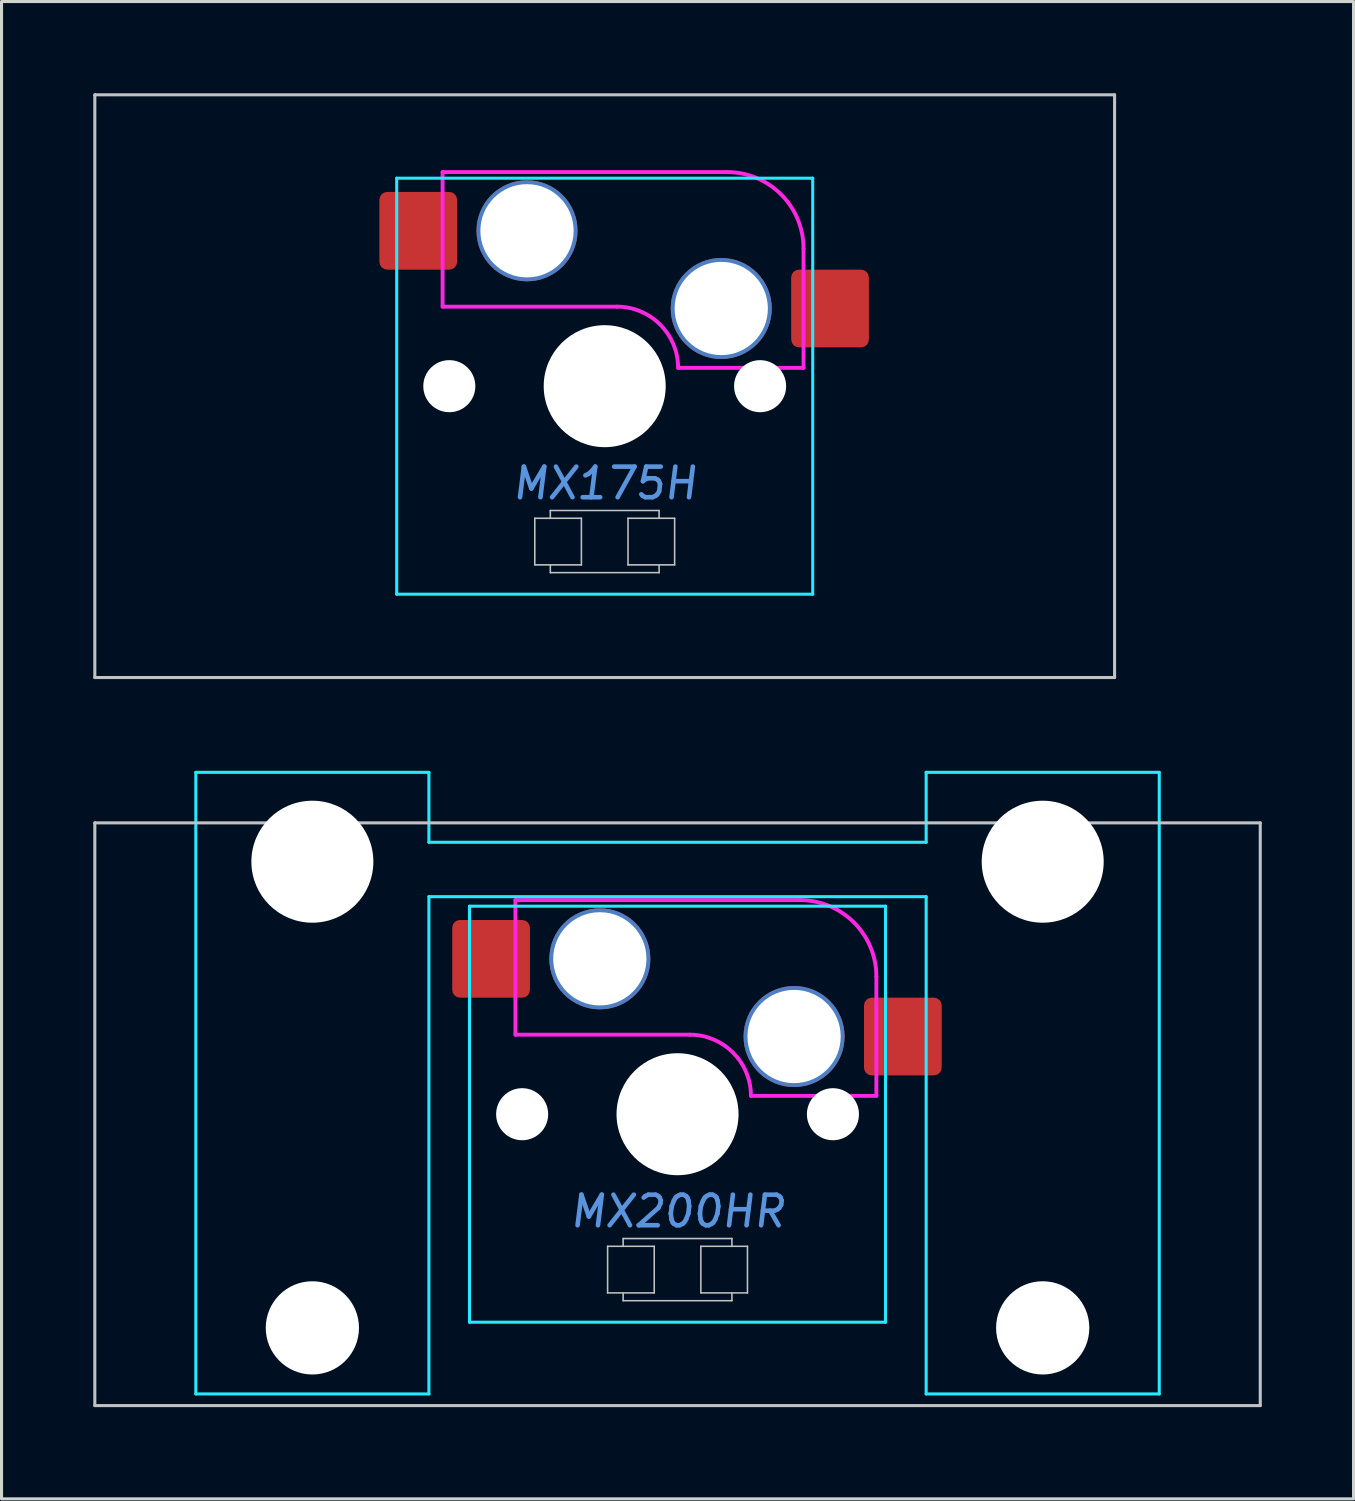
<source format=kicad_pcb>
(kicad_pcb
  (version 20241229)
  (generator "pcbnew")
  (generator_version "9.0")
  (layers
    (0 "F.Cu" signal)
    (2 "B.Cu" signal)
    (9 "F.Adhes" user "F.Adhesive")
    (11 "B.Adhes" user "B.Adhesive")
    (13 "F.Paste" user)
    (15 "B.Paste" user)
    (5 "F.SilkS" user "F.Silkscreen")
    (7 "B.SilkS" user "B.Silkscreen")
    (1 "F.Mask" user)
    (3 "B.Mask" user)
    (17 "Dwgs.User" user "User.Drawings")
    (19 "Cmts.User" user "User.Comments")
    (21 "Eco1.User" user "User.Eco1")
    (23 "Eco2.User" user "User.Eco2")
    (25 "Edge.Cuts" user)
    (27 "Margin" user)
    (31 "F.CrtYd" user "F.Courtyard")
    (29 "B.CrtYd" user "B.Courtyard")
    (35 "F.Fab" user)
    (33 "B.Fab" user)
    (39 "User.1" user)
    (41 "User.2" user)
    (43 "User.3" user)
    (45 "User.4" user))
  (footprint "MX175H"
    (layer "F.Cu")
    (at 16.719 9.575)
    (property "Reference" "MX175H" (at 0 3.175 0) (layer "Cmts.User") (effects (font (size 1 1) (thickness 0.15) (italic yes))))
    (attr smd)
    (fp_line (start -16.669 -9.525) (end -16.669 9.525) (stroke (width 0.1) (type solid)) (layer "Dwgs.User"))
    (fp_line (start -16.669 -9.525) (end 16.669 -9.525) (stroke (width 0.1) (type solid)) (layer "Dwgs.User"))
    (fp_line (start -16.669 9.525) (end 16.669 9.525) (stroke (width 0.1) (type solid)) (layer "Dwgs.User"))
    (fp_line (start -2.286 4.318) (end -2.286 5.842) (stroke (width 0.051) (type solid)) (layer "Dwgs.User"))
    (fp_line (start -2.286 5.842) (end -0.762 5.842) (stroke (width 0.051) (type solid)) (layer "Dwgs.User"))
    (fp_line (start -1.778 4.064) (end -1.778 4.318) (stroke (width 0.051) (type solid)) (layer "Dwgs.User"))
    (fp_line (start -1.778 6.096) (end -1.778 5.842) (stroke (width 0.051) (type solid)) (layer "Dwgs.User"))
    (fp_line (start -1.778 6.096) (end 1.778 6.096) (stroke (width 0.051) (type solid)) (layer "Dwgs.User"))
    (fp_line (start -0.762 4.318) (end -2.286 4.318) (stroke (width 0.051) (type solid)) (layer "Dwgs.User"))
    (fp_line (start -0.762 5.842) (end -0.762 4.318) (stroke (width 0.051) (type solid)) (layer "Dwgs.User"))
    (fp_line (start 0.762 4.318) (end 2.286 4.318) (stroke (width 0.051) (type solid)) (layer "Dwgs.User"))
    (fp_line (start 0.762 5.842) (end 0.762 4.318) (stroke (width 0.051) (type solid)) (layer "Dwgs.User"))
    (fp_line (start 1.778 4.064) (end -1.778 4.064) (stroke (width 0.051) (type solid)) (layer "Dwgs.User"))
    (fp_line (start 1.778 4.318) (end 1.778 4.064) (stroke (width 0.051) (type solid)) (layer "Dwgs.User"))
    (fp_line (start 1.778 6.096) (end 1.778 5.842) (stroke (width 0.051) (type solid)) (layer "Dwgs.User"))
    (fp_line (start 2.286 4.318) (end 2.286 5.842) (stroke (width 0.051) (type solid)) (layer "Dwgs.User"))
    (fp_line (start 2.286 5.842) (end 0.762 5.842) (stroke (width 0.051) (type solid)) (layer "Dwgs.User"))
    (fp_line (start 16.669 9.525) (end 16.669 -9.525) (stroke (width 0.1) (type solid)) (layer "Dwgs.User"))
    (fp_line (start -7 6.5) (end -7 -6.5) (stroke (width 0.1) (type solid)) (layer "Eco1.User"))
    (fp_line (start -6.5 -7) (end 6.5 -7) (stroke (width 0.1) (type solid)) (layer "Eco1.User"))
    (fp_line (start 6.5 7) (end -6.5 7) (stroke (width 0.1) (type solid)) (layer "Eco1.User"))
    (fp_line (start 7 -6.5) (end 7 6.5) (stroke (width 0.1) (type solid)) (layer "Eco1.User"))
    (fp_arc (start -7 -6.5) (mid -6.853553 -6.853553) (end -6.5 -7) (stroke (width 0.1) (type solid)) (layer "Eco1.User"))
    (fp_arc (start -6.5 7) (mid -6.853553 6.853553) (end -7 6.5) (stroke (width 0.1) (type solid)) (layer "Eco1.User"))
    (fp_arc (start 6.5 -7) (mid 6.853553 -6.853553) (end 7 -6.5) (stroke (width 0.1) (type solid)) (layer "Eco1.User"))
    (fp_arc (start 7 6.5) (mid 6.853553 6.853553) (end 6.5 7) (stroke (width 0.1) (type solid)) (layer "Eco1.User"))
    (fp_line (start -6.8 -6.8) (end -6.8 6.8) (stroke (width 0.1) (type solid)) (layer "B.CrtYd"))
    (fp_line (start -6.8 -6.8) (end 6.8 -6.8) (stroke (width 0.1) (type solid)) (layer "B.CrtYd"))
    (fp_line (start 6.8 6.8) (end -6.8 6.8) (stroke (width 0.1) (type solid)) (layer "B.CrtYd"))
    (fp_line (start 6.8 6.8) (end 6.8 -6.8) (stroke (width 0.1) (type solid)) (layer "B.CrtYd"))
    (fp_line (start -5.3 -7) (end -5.3 -2.6) (stroke (width 0.127) (type solid)) (layer "F.CrtYd"))
    (fp_line (start -5.3 -7) (end 4 -7) (stroke (width 0.127) (type solid)) (layer "F.CrtYd"))
    (fp_line (start 0.4 -2.6) (end -5.3 -2.6) (stroke (width 0.127) (type solid)) (layer "F.CrtYd"))
    (fp_line (start 6.5 -4.5) (end 6.5 -0.6) (stroke (width 0.127) (type solid)) (layer "F.CrtYd"))
    (fp_line (start 6.5 -0.6) (end 2.4 -0.6) (stroke (width 0.127) (type solid)) (layer "F.CrtYd"))
    (fp_arc (start 0.4 -2.6) (mid 1.814214 -2.014214) (end 2.4 -0.6) (stroke (width 0.127) (type solid)) (layer "F.CrtYd"))
    (fp_arc (start 4 -7) (mid 5.767767 -6.267767) (end 6.5 -4.5) (stroke (width 0.127) (type solid)) (layer "F.CrtYd"))
    (pad "" np_thru_hole circle (at -5.08 0) (size 1.702 1.702) (drill 1.702) (layers "*.Cu" "*.Mask"))
    (pad "" np_thru_hole circle (at -2.54 -5.08) (size 3.302 3.302) (drill 3.048) (layers "*.Cu" "*.Mask"))
    (pad "" np_thru_hole circle (at 0 0) (size 3.988 3.988) (drill 3.988) (layers "*.Cu" "*.Mask"))
    (pad "" np_thru_hole circle (at 3.81 -2.54 90) (size 3.302 3.302) (drill 3.048) (layers "*.Cu" "*.Mask"))
    (pad "" np_thru_hole circle (at 5.08 0) (size 1.702 1.702) (drill 1.702) (layers "*.Cu" "*.Mask"))
    (pad "1" smd roundrect (at -6.096 -5.08) (size 2.54 2.54) (layers "F.Cu" "F.Mask") (roundrect_rratio 0.1))
    (pad "2" smd roundrect (at 7.366 -2.54) (size 2.54 2.54) (layers "F.Cu" "F.Mask") (roundrect_rratio 0.1)))
  (footprint "MX200HR"
    (layer "F.Cu")
    (at 19.1 33.376)
    (property "Reference" "MX200HR" (at 0 3.175 0) (layer "Cmts.User") (effects (font (size 1 1) (thickness 0.15) (italic yes))))
    (attr smd)
    (fp_line (start -19.05 -9.525) (end -19.05 9.525) (stroke (width 0.1) (type solid)) (layer "Dwgs.User"))
    (fp_line (start -19.05 -9.525) (end 19.05 -9.525) (stroke (width 0.1) (type solid)) (layer "Dwgs.User"))
    (fp_line (start -19.05 9.525) (end 19.05 9.525) (stroke (width 0.1) (type solid)) (layer "Dwgs.User"))
    (fp_line (start -2.286 4.318) (end -0.762 4.318) (stroke (width 0.051) (type solid)) (layer "Dwgs.User"))
    (fp_line (start -2.286 5.842) (end -2.286 4.318) (stroke (width 0.051) (type solid)) (layer "Dwgs.User"))
    (fp_line (start -1.778 4.064) (end 1.778 4.064) (stroke (width 0.051) (type solid)) (layer "Dwgs.User"))
    (fp_line (start -1.778 4.318) (end -1.778 4.064) (stroke (width 0.051) (type solid)) (layer "Dwgs.User"))
    (fp_line (start -1.778 6.096) (end -1.778 5.842) (stroke (width 0.051) (type solid)) (layer "Dwgs.User"))
    (fp_line (start -0.762 4.318) (end -0.762 5.842) (stroke (width 0.051) (type solid)) (layer "Dwgs.User"))
    (fp_line (start -0.762 5.842) (end -2.286 5.842) (stroke (width 0.051) (type solid)) (layer "Dwgs.User"))
    (fp_line (start 0.762 4.318) (end 2.286 4.318) (stroke (width 0.051) (type solid)) (layer "Dwgs.User"))
    (fp_line (start 0.762 5.842) (end 0.762 4.318) (stroke (width 0.051) (type solid)) (layer "Dwgs.User"))
    (fp_line (start 1.778 4.064) (end 1.778 4.318) (stroke (width 0.051) (type solid)) (layer "Dwgs.User"))
    (fp_line (start 1.778 5.842) (end 1.778 6.096) (stroke (width 0.051) (type solid)) (layer "Dwgs.User"))
    (fp_line (start 1.778 6.096) (end -1.778 6.096) (stroke (width 0.051) (type solid)) (layer "Dwgs.User"))
    (fp_line (start 2.286 4.318) (end 2.286 5.842) (stroke (width 0.051) (type solid)) (layer "Dwgs.User"))
    (fp_line (start 2.286 5.842) (end 0.762 5.842) (stroke (width 0.051) (type solid)) (layer "Dwgs.User"))
    (fp_line (start 19.05 -9.525) (end 19.05 9.525) (stroke (width 0.1) (type solid)) (layer "Dwgs.User"))
    (fp_line (start -15.438 -8.515) (end -15.438 5.485) (stroke (width 0.1) (type solid)) (layer "Eco1.User"))
    (fp_line (start -14.938 -9.015) (end -8.938 -9.015) (stroke (width 0.1) (type solid)) (layer "Eco1.User"))
    (fp_line (start -8.938 5.985) (end -14.938 5.985) (stroke (width 0.1) (type solid)) (layer "Eco1.User"))
    (fp_line (start -8.438 5.485) (end -8.438 -8.515) (stroke (width 0.1) (type solid)) (layer "Eco1.User"))
    (fp_line (start -7 -6.5) (end -7 6.5) (stroke (width 0.1) (type solid)) (layer "Eco1.User"))
    (fp_line (start -6.5 7) (end 6.5 7) (stroke (width 0.1) (type solid)) (layer "Eco1.User"))
    (fp_line (start 6.5 -7) (end -6.5 -7) (stroke (width 0.1) (type solid)) (layer "Eco1.User"))
    (fp_line (start 7 6.5) (end 7 -6.5) (stroke (width 0.1) (type solid)) (layer "Eco1.User"))
    (fp_line (start 8.438 -8.515) (end 8.438 5.485) (stroke (width 0.1) (type solid)) (layer "Eco1.User"))
    (fp_line (start 8.938 -9.015) (end 14.938 -9.015) (stroke (width 0.1) (type solid)) (layer "Eco1.User"))
    (fp_line (start 14.938 5.985) (end 8.938 5.985) (stroke (width 0.1) (type solid)) (layer "Eco1.User"))
    (fp_line (start 15.438 5.485) (end 15.438 -8.515) (stroke (width 0.1) (type solid)) (layer "Eco1.User"))
    (fp_arc (start -15.438 -8.515) (mid -15.291553 -8.868553) (end -14.938 -9.015) (stroke (width 0.1) (type solid)) (layer "Eco1.User"))
    (fp_arc (start -14.938 5.985) (mid -15.291553 5.838553) (end -15.438 5.485) (stroke (width 0.1) (type solid)) (layer "Eco1.User"))
    (fp_arc (start -8.938 -9.015) (mid -8.584447 -8.868553) (end -8.438 -8.515) (stroke (width 0.1) (type solid)) (layer "Eco1.User"))
    (fp_arc (start -8.438 5.485) (mid -8.584447 5.838553) (end -8.938 5.985) (stroke (width 0.1) (type solid)) (layer "Eco1.User"))
    (fp_arc (start -7 -6.5) (mid -6.853553 -6.853553) (end -6.5 -7) (stroke (width 0.1) (type solid)) (layer "Eco1.User"))
    (fp_arc (start -6.5 7) (mid -6.853553 6.853553) (end -7 6.5) (stroke (width 0.1) (type solid)) (layer "Eco1.User"))
    (fp_arc (start 6.5 -7) (mid 6.853553 -6.853553) (end 7 -6.5) (stroke (width 0.1) (type solid)) (layer "Eco1.User"))
    (fp_arc (start 7 6.5) (mid 6.853553 6.853553) (end 6.5 7) (stroke (width 0.1) (type solid)) (layer "Eco1.User"))
    (fp_arc (start 8.438 -8.515) (mid 8.584447 -8.868553) (end 8.938 -9.015) (stroke (width 0.1) (type solid)) (layer "Eco1.User"))
    (fp_arc (start 8.938 5.985) (mid 8.584447 5.838553) (end 8.438 5.485) (stroke (width 0.1) (type solid)) (layer "Eco1.User"))
    (fp_arc (start 14.938 -9.015) (mid 15.291553 -8.868553) (end 15.438 -8.515) (stroke (width 0.1) (type solid)) (layer "Eco1.User"))
    (fp_arc (start 15.438 5.485) (mid 15.291553 5.838553) (end 14.938 5.985) (stroke (width 0.1) (type solid)) (layer "Eco1.User"))
    (fp_line (start -15.748 -11.176) (end -15.748 9.144) (stroke (width 0.1) (type solid)) (layer "B.CrtYd"))
    (fp_line (start -15.748 9.144) (end -8.128 9.144) (stroke (width 0.1) (type solid)) (layer "B.CrtYd"))
    (fp_line (start -8.128 -11.176) (end -15.748 -11.176) (stroke (width 0.1) (type solid)) (layer "B.CrtYd"))
    (fp_line (start -8.128 -8.89) (end -8.128 -11.176) (stroke (width 0.1) (type solid)) (layer "B.CrtYd"))
    (fp_line (start -8.128 -7.112) (end -8.128 9.142) (stroke (width 0.1) (type solid)) (layer "B.CrtYd"))
    (fp_line (start -6.8 -6.8) (end -6.8 6.8) (stroke (width 0.1) (type solid)) (layer "B.CrtYd"))
    (fp_line (start 6.8 -6.8) (end -6.8 -6.8) (stroke (width 0.1) (type solid)) (layer "B.CrtYd"))
    (fp_line (start 6.8 -6.8) (end 6.8 6.8) (stroke (width 0.1) (type solid)) (layer "B.CrtYd"))
    (fp_line (start 6.8 6.8) (end -6.8 6.8) (stroke (width 0.1) (type solid)) (layer "B.CrtYd"))
    (fp_line (start 8.128 -8.89) (end -8.128 -8.89) (stroke (width 0.1) (type solid)) (layer "B.CrtYd"))
    (fp_line (start 8.128 -8.89) (end 8.128 -11.176) (stroke (width 0.1) (type solid)) (layer "B.CrtYd"))
    (fp_line (start 8.128 -7.112) (end -8.128 -7.112) (stroke (width 0.1) (type solid)) (layer "B.CrtYd"))
    (fp_line (start 8.128 -7.112) (end 8.128 9.144) (stroke (width 0.1) (type solid)) (layer "B.CrtYd"))
    (fp_line (start 8.128 9.144) (end 15.748 9.144) (stroke (width 0.1) (type solid)) (layer "B.CrtYd"))
    (fp_line (start 15.748 -11.176) (end 8.128 -11.176) (stroke (width 0.1) (type solid)) (layer "B.CrtYd"))
    (fp_line (start 15.748 9.144) (end 15.748 -11.176) (stroke (width 0.1) (type solid)) (layer "B.CrtYd"))
    (fp_line (start -5.3 -7) (end -5.3 -2.6) (stroke (width 0.127) (type solid)) (layer "F.CrtYd"))
    (fp_line (start -5.3 -7) (end 4 -7) (stroke (width 0.127) (type solid)) (layer "F.CrtYd"))
    (fp_line (start 0.4 -2.6) (end -5.3 -2.6) (stroke (width 0.127) (type solid)) (layer "F.CrtYd"))
    (fp_line (start 6.5 -4.5) (end 6.5 -0.6) (stroke (width 0.127) (type solid)) (layer "F.CrtYd"))
    (fp_line (start 6.5 -0.6) (end 2.4 -0.6) (stroke (width 0.127) (type solid)) (layer "F.CrtYd"))
    (fp_arc (start 0.4 -2.6) (mid 1.814214 -2.014214) (end 2.4 -0.6) (stroke (width 0.127) (type solid)) (layer "F.CrtYd"))
    (fp_arc (start 4 -7) (mid 5.767767 -6.267767) (end 6.5 -4.5) (stroke (width 0.127) (type solid)) (layer "F.CrtYd"))
    (pad "" np_thru_hole circle (at -11.938 -8.255 180) (size 3.988 3.988) (drill 3.988) (layers "*.Cu" "*.Mask"))
    (pad "" np_thru_hole circle (at -11.938 6.985 180) (size 3.048 3.048) (drill 3.048) (layers "*.Cu" "*.Mask"))
    (pad "" np_thru_hole circle (at -5.08 0) (size 1.702 1.702) (drill 1.702) (layers "*.Cu" "*.Mask"))
    (pad "" np_thru_hole circle (at -2.54 -5.08) (size 3.302 3.302) (drill 3.048) (layers "*.Cu" "*.Mask"))
    (pad "" np_thru_hole circle (at 0 0) (size 3.988 3.988) (drill 3.988) (layers "*.Cu" "*.Mask"))
    (pad "" np_thru_hole circle (at 3.81 -2.54) (size 3.302 3.302) (drill 3.048) (layers "*.Cu" "*.Mask"))
    (pad "" np_thru_hole circle (at 5.08 0) (size 1.702 1.702) (drill 1.702) (layers "*.Cu" "*.Mask"))
    (pad "" np_thru_hole circle (at 11.938 -8.255 180) (size 3.988 3.988) (drill 3.988) (layers "*.Cu" "*.Mask"))
    (pad "" np_thru_hole circle (at 11.938 6.985 180) (size 3.048 3.048) (drill 3.048) (layers "*.Cu" "*.Mask"))
    (pad "1" smd roundrect (at -6.096 -5.08) (size 2.54 2.54) (layers "F.Cu" "F.Mask") (roundrect_rratio 0.1))
    (pad "2" smd roundrect (at 7.366 -2.54) (size 2.54 2.54) (layers "F.Cu" "F.Mask") (roundrect_rratio 0.1)))
  (gr_rect
    (start -3 -3)
    (end 41.2 45.951)
    (stroke (width 0.1) (type default))
    (fill no)
    (layer "Edge.Cuts")))
</source>
